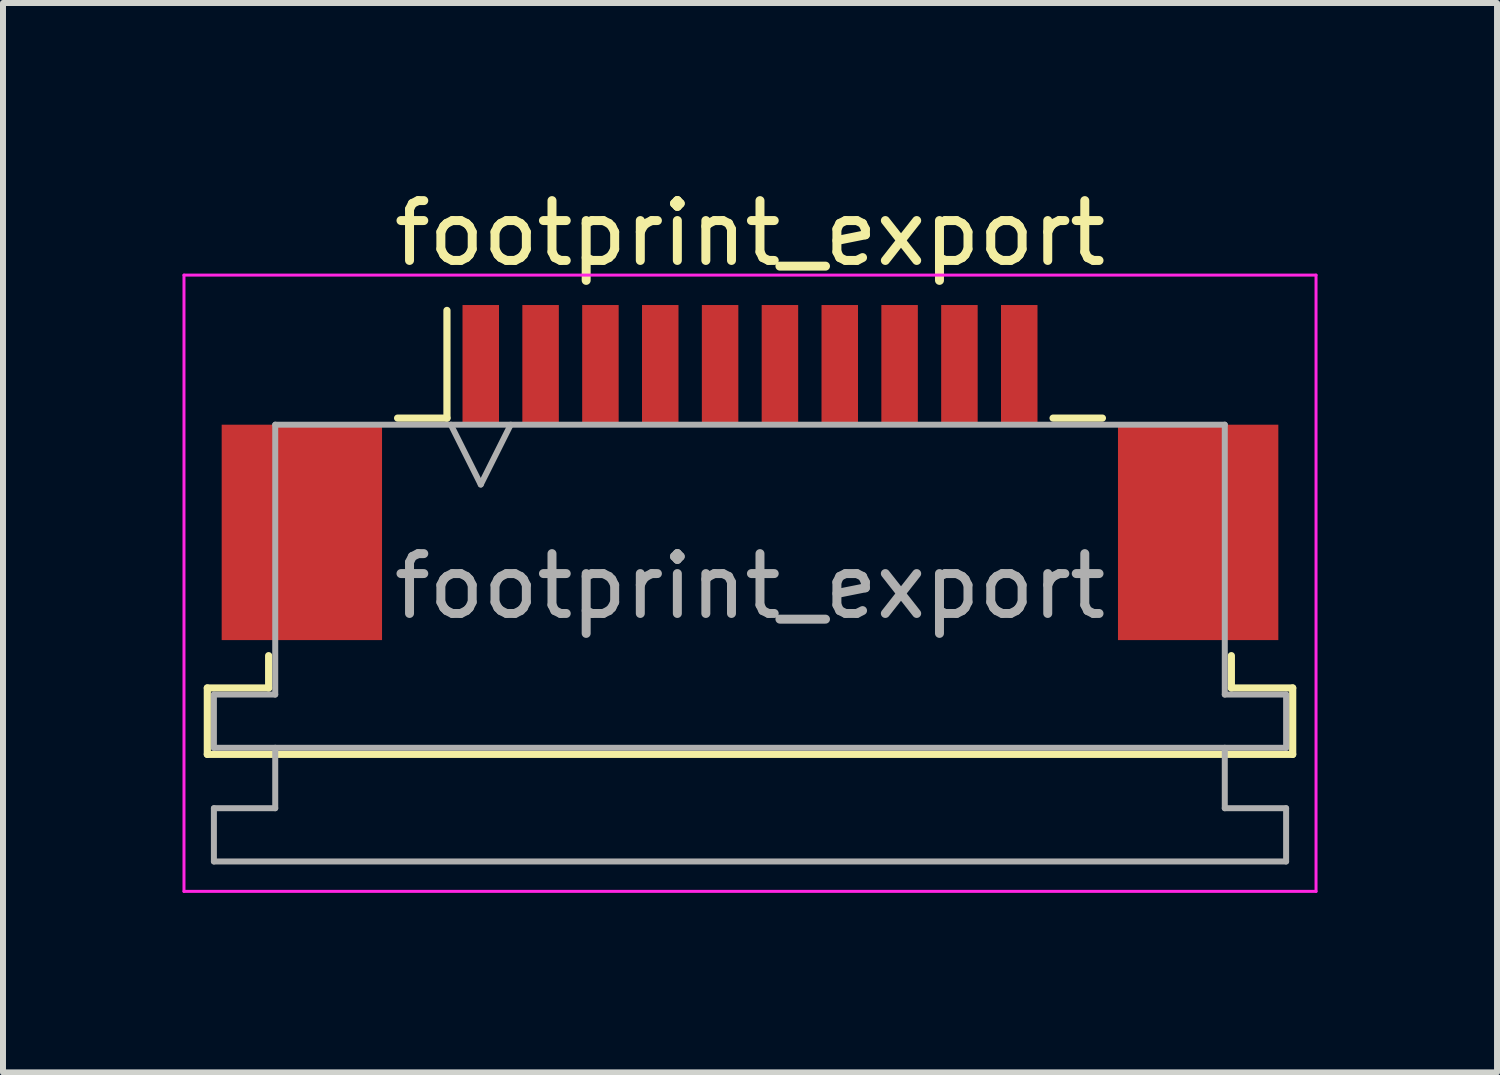
<source format=kicad_pcb>
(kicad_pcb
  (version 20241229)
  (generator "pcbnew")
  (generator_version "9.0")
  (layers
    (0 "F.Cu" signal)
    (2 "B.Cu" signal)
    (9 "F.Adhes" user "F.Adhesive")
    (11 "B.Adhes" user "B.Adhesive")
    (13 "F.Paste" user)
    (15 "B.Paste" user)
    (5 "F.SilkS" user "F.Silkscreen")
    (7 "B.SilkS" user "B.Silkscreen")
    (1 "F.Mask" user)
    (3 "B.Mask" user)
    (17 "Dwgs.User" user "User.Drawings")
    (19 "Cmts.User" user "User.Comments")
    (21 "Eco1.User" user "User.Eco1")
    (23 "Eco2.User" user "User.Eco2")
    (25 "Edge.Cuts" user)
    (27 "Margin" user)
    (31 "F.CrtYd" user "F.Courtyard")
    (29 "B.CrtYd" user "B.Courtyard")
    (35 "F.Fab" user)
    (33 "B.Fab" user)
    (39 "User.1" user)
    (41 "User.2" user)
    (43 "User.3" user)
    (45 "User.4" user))
  (footprint "footprint_export"
    (layer "F.Cu")
    (at 9.485 4.848)
    (property "Reference" "footprint_export" (at 0 -4 0) (layer "F.SilkS") (effects (font (size 1 1) (thickness 0.15))))
    (attr smd)
    (fp_line (start -9.07 3.6) (end -8.045 3.6) (stroke (width 0.12) (type solid)) (layer "F.SilkS"))
    (fp_line (start -9.07 4.71) (end -9.07 3.6) (stroke (width 0.12) (type solid)) (layer "F.SilkS"))
    (fp_line (start -8.045 3.6) (end -8.045 3.06) (stroke (width 0.12) (type solid)) (layer "F.SilkS"))
    (fp_line (start -5.89 -0.91) (end -5.065 -0.91) (stroke (width 0.12) (type solid)) (layer "F.SilkS"))
    (fp_line (start -5.065 -0.91) (end -5.065 -2.71) (stroke (width 0.12) (type solid)) (layer "F.SilkS"))
    (fp_line (start 5.065 -0.91) (end 5.89 -0.91) (stroke (width 0.12) (type solid)) (layer "F.SilkS"))
    (fp_line (start 8.045 3.06) (end 8.045 3.6) (stroke (width 0.12) (type solid)) (layer "F.SilkS"))
    (fp_line (start 8.045 3.6) (end 9.07 3.6) (stroke (width 0.12) (type solid)) (layer "F.SilkS"))
    (fp_line (start 9.07 3.6) (end 9.07 4.71) (stroke (width 0.12) (type solid)) (layer "F.SilkS"))
    (fp_line (start 9.07 4.71) (end -9.07 4.71) (stroke (width 0.12) (type solid)) (layer "F.SilkS"))
    (fp_line (start -9.46 -3.3) (end -9.46 7) (stroke (width 0.05) (type solid)) (layer "F.CrtYd"))
    (fp_line (start -9.46 7) (end 9.46 7) (stroke (width 0.05) (type solid)) (layer "F.CrtYd"))
    (fp_line (start 9.46 -3.3) (end -9.46 -3.3) (stroke (width 0.05) (type solid)) (layer "F.CrtYd"))
    (fp_line (start 9.46 7) (end 9.46 -3.3) (stroke (width 0.05) (type solid)) (layer "F.CrtYd"))
    (fp_line (start -8.96 3.71) (end -7.935 3.71) (stroke (width 0.1) (type solid)) (layer "F.Fab"))
    (fp_line (start -8.96 4.6) (end -8.96 3.71) (stroke (width 0.1) (type solid)) (layer "F.Fab"))
    (fp_line (start -8.96 5.61) (end -7.935 5.61) (stroke (width 0.1) (type solid)) (layer "F.Fab"))
    (fp_line (start -8.96 6.5) (end -8.96 5.61) (stroke (width 0.1) (type solid)) (layer "F.Fab"))
    (fp_line (start -7.935 -0.8) (end 7.935 -0.8) (stroke (width 0.1) (type solid)) (layer "F.Fab"))
    (fp_line (start -7.935 3.71) (end -7.935 -0.8) (stroke (width 0.1) (type solid)) (layer "F.Fab"))
    (fp_line (start -7.935 5.61) (end -7.935 4.6) (stroke (width 0.1) (type solid)) (layer "F.Fab"))
    (fp_line (start -5 -0.8) (end -4.5 0.2) (stroke (width 0.1) (type solid)) (layer "F.Fab"))
    (fp_line (start -4.5 0.2) (end -4 -0.8) (stroke (width 0.1) (type solid)) (layer "F.Fab"))
    (fp_line (start 7.935 -0.8) (end 7.935 3.71) (stroke (width 0.1) (type solid)) (layer "F.Fab"))
    (fp_line (start 7.935 3.71) (end 8.96 3.71) (stroke (width 0.1) (type solid)) (layer "F.Fab"))
    (fp_line (start 7.935 4.6) (end 7.935 5.61) (stroke (width 0.1) (type solid)) (layer "F.Fab"))
    (fp_line (start 7.935 5.61) (end 8.96 5.61) (stroke (width 0.1) (type solid)) (layer "F.Fab"))
    (fp_line (start 8.96 3.71) (end 8.96 4.6) (stroke (width 0.1) (type solid)) (layer "F.Fab"))
    (fp_line (start 8.96 4.6) (end -8.96 4.6) (stroke (width 0.1) (type solid)) (layer "F.Fab"))
    (fp_line (start 8.96 5.61) (end 8.96 6.5) (stroke (width 0.1) (type solid)) (layer "F.Fab"))
    (fp_line (start 8.96 6.5) (end -8.96 6.5) (stroke (width 0.1) (type solid)) (layer "F.Fab"))
    (fp_text user "${REFERENCE}" (at 0 1.9 0) (layer "F.Fab") (effects (font (size 1 1) (thickness 0.15))))
    (pad "1" smd rect (at -4.5 -1.8) (size 0.61 2) (layers "F.Cu" "F.Mask" "F.Paste"))
    (pad "2" smd rect (at -3.5 -1.8) (size 0.61 2) (layers "F.Cu" "F.Mask" "F.Paste"))
    (pad "3" smd rect (at -2.5 -1.8) (size 0.61 2) (layers "F.Cu" "F.Mask" "F.Paste"))
    (pad "4" smd rect (at -1.5 -1.8) (size 0.61 2) (layers "F.Cu" "F.Mask" "F.Paste"))
    (pad "5" smd rect (at -0.5 -1.8) (size 0.61 2) (layers "F.Cu" "F.Mask" "F.Paste"))
    (pad "6" smd rect (at 0.5 -1.8) (size 0.61 2) (layers "F.Cu" "F.Mask" "F.Paste"))
    (pad "7" smd rect (at 1.5 -1.8) (size 0.61 2) (layers "F.Cu" "F.Mask" "F.Paste"))
    (pad "8" smd rect (at 2.5 -1.8) (size 0.61 2) (layers "F.Cu" "F.Mask" "F.Paste"))
    (pad "9" smd rect (at 3.5 -1.8) (size 0.61 2) (layers "F.Cu" "F.Mask" "F.Paste"))
    (pad "10" smd rect (at 4.5 -1.8) (size 0.61 2) (layers "F.Cu" "F.Mask" "F.Paste"))
    (pad "MP" smd rect (at -7.49 1) (size 2.68 3.6) (layers "F.Cu" "F.Mask" "F.Paste"))
    (pad "MP" smd rect (at 7.49 1) (size 2.68 3.6) (layers "F.Cu" "F.Mask" "F.Paste")))
  (gr_rect
    (start -3 -3)
    (end 21.97 14.873)
    (stroke (width 0.1) (type default))
    (fill no)
    (layer "Edge.Cuts")))
</source>
